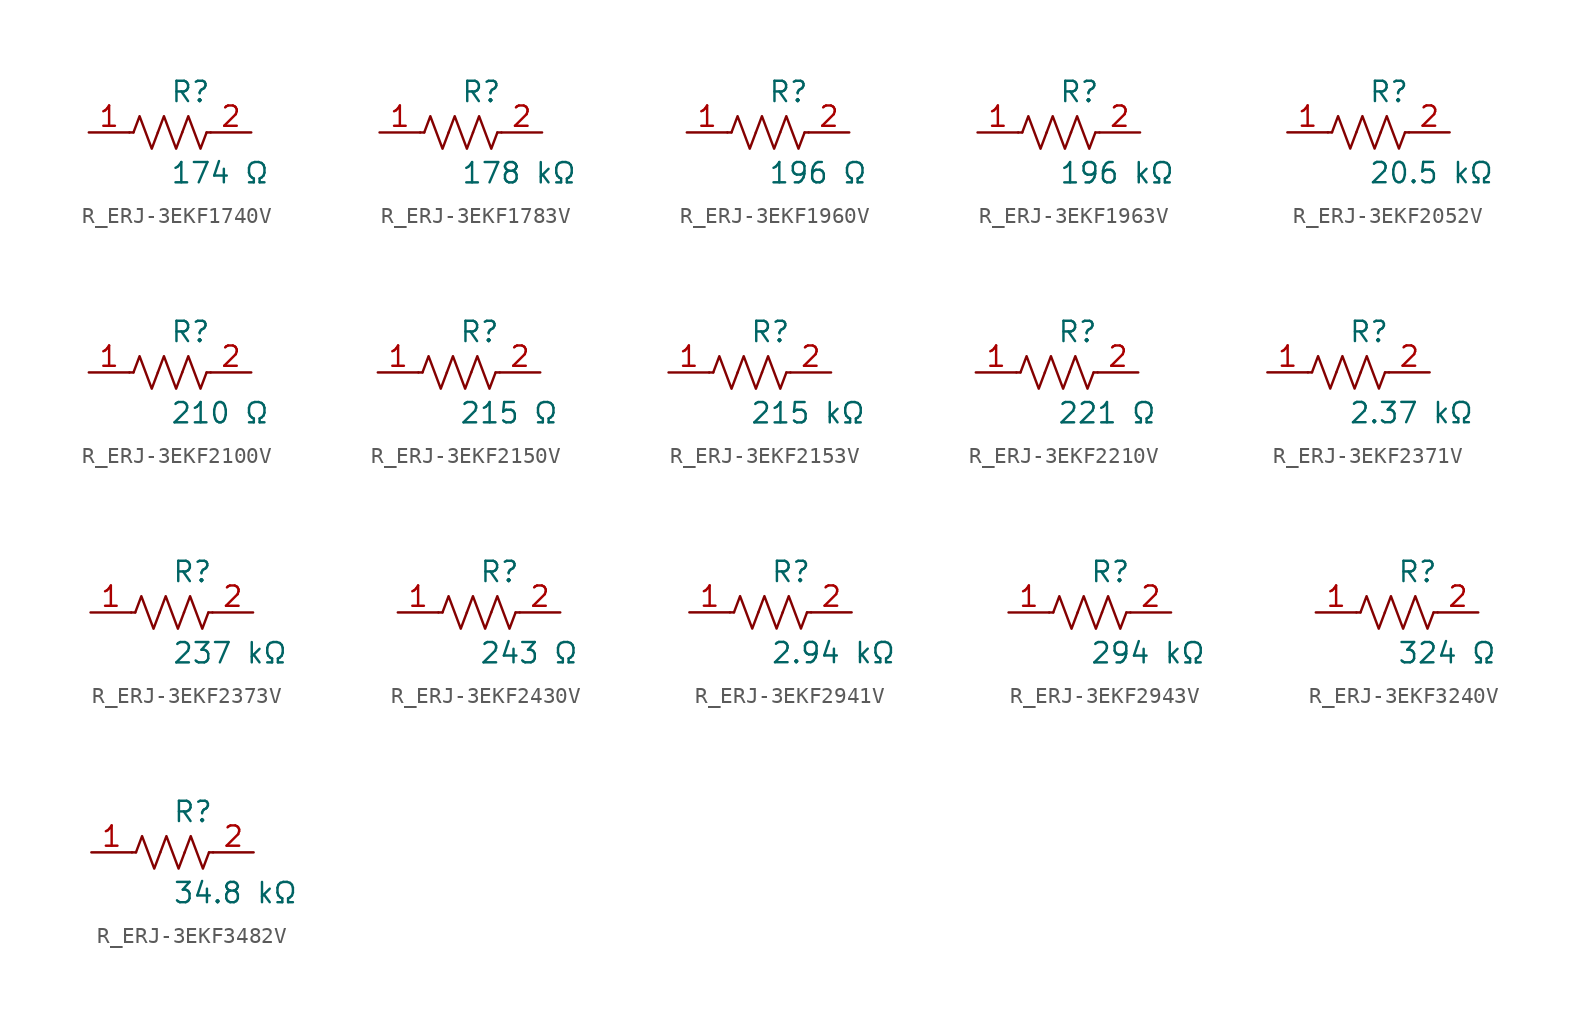
<source format=kicad_sym>
(kicad_symbol_lib
  (version 20231120)
  (generator kicad_symbol_editor)
  (generator_version 8.0)
  (symbol "R_ERJ-3EKF1740V"
    (pin_names
      (offset 0.254))
    (property "Reference" "R"
      (at 0.0 2.54 0)
      (effects (font (size 1.27 1.27)) (justify left)))
    (property "Value" "174 Ω"
      (at 0.0 -2.54 0)
      (effects (font (size 1.27 1.27)) (justify left)))
    (symbol "R_ERJ-3EKF1740V_0_1"
      (polyline (pts (xy 2.286 0) (xy 2.54 0)) (stroke (width 0) (type default)) (fill (type none)))
      (polyline (pts (xy -2.286 0) (xy -2.54 0)) (stroke (width 0) (type default)) (fill (type none)))
      (polyline (pts (xy 0.762 0) (xy 1.143 1.016) (xy 1.524 0) (xy 1.905 -1.016) (xy 2.286 0)) (stroke (width 0) (type default)) (fill (type none)))
      (polyline (pts (xy -0.762 0) (xy -0.381 1.016) (xy 0 0) (xy 0.381 -1.016) (xy 0.762 0)) (stroke (width 0) (type default)) (fill (type none)))
      (polyline (pts (xy -2.286 0) (xy -1.905 1.016) (xy -1.524 0) (xy -1.143 -1.016) (xy -0.762 0)) (stroke (width 0) (type default)) (fill (type none))))
    (pin unspecified line
      (at -5.08 0 0)
      (length 2.54)
      (name "" (effects (font (size 1.27 1.27))))
      (number "1" (effects (font (size 1.27 1.27)))))
    (pin unspecified line
      (at 5.08 0 180)
      (length 2.54)
      (name "" (effects (font (size 1.27 1.27))))
      (number "2" (effects (font (size 1.27 1.27))))))
  (symbol "R_ERJ-3EKF1783V"
    (pin_names
      (offset 0.254))
    (property "Reference" "R"
      (at 0.0 2.54 0)
      (effects (font (size 1.27 1.27)) (justify left)))
    (property "Value" "178 kΩ"
      (at 0.0 -2.54 0)
      (effects (font (size 1.27 1.27)) (justify left)))
    (symbol "R_ERJ-3EKF1783V_0_1"
      (polyline (pts (xy 2.286 0) (xy 2.54 0)) (stroke (width 0) (type default)) (fill (type none)))
      (polyline (pts (xy -2.286 0) (xy -2.54 0)) (stroke (width 0) (type default)) (fill (type none)))
      (polyline (pts (xy 0.762 0) (xy 1.143 1.016) (xy 1.524 0) (xy 1.905 -1.016) (xy 2.286 0)) (stroke (width 0) (type default)) (fill (type none)))
      (polyline (pts (xy -0.762 0) (xy -0.381 1.016) (xy 0 0) (xy 0.381 -1.016) (xy 0.762 0)) (stroke (width 0) (type default)) (fill (type none)))
      (polyline (pts (xy -2.286 0) (xy -1.905 1.016) (xy -1.524 0) (xy -1.143 -1.016) (xy -0.762 0)) (stroke (width 0) (type default)) (fill (type none))))
    (pin unspecified line
      (at -5.08 0 0)
      (length 2.54)
      (name "" (effects (font (size 1.27 1.27))))
      (number "1" (effects (font (size 1.27 1.27)))))
    (pin unspecified line
      (at 5.08 0 180)
      (length 2.54)
      (name "" (effects (font (size 1.27 1.27))))
      (number "2" (effects (font (size 1.27 1.27))))))
  (symbol "R_ERJ-3EKF1960V"
    (pin_names
      (offset 0.254))
    (property "Reference" "R"
      (at 0.0 2.54 0)
      (effects (font (size 1.27 1.27)) (justify left)))
    (property "Value" "196 Ω"
      (at 0.0 -2.54 0)
      (effects (font (size 1.27 1.27)) (justify left)))
    (symbol "R_ERJ-3EKF1960V_0_1"
      (polyline (pts (xy 2.286 0) (xy 2.54 0)) (stroke (width 0) (type default)) (fill (type none)))
      (polyline (pts (xy -2.286 0) (xy -2.54 0)) (stroke (width 0) (type default)) (fill (type none)))
      (polyline (pts (xy 0.762 0) (xy 1.143 1.016) (xy 1.524 0) (xy 1.905 -1.016) (xy 2.286 0)) (stroke (width 0) (type default)) (fill (type none)))
      (polyline (pts (xy -0.762 0) (xy -0.381 1.016) (xy 0 0) (xy 0.381 -1.016) (xy 0.762 0)) (stroke (width 0) (type default)) (fill (type none)))
      (polyline (pts (xy -2.286 0) (xy -1.905 1.016) (xy -1.524 0) (xy -1.143 -1.016) (xy -0.762 0)) (stroke (width 0) (type default)) (fill (type none))))
    (pin unspecified line
      (at -5.08 0 0)
      (length 2.54)
      (name "" (effects (font (size 1.27 1.27))))
      (number "1" (effects (font (size 1.27 1.27)))))
    (pin unspecified line
      (at 5.08 0 180)
      (length 2.54)
      (name "" (effects (font (size 1.27 1.27))))
      (number "2" (effects (font (size 1.27 1.27))))))
  (symbol "R_ERJ-3EKF1963V"
    (pin_names
      (offset 0.254))
    (property "Reference" "R"
      (at 0.0 2.54 0)
      (effects (font (size 1.27 1.27)) (justify left)))
    (property "Value" "196 kΩ"
      (at 0.0 -2.54 0)
      (effects (font (size 1.27 1.27)) (justify left)))
    (symbol "R_ERJ-3EKF1963V_0_1"
      (polyline (pts (xy 2.286 0) (xy 2.54 0)) (stroke (width 0) (type default)) (fill (type none)))
      (polyline (pts (xy -2.286 0) (xy -2.54 0)) (stroke (width 0) (type default)) (fill (type none)))
      (polyline (pts (xy 0.762 0) (xy 1.143 1.016) (xy 1.524 0) (xy 1.905 -1.016) (xy 2.286 0)) (stroke (width 0) (type default)) (fill (type none)))
      (polyline (pts (xy -0.762 0) (xy -0.381 1.016) (xy 0 0) (xy 0.381 -1.016) (xy 0.762 0)) (stroke (width 0) (type default)) (fill (type none)))
      (polyline (pts (xy -2.286 0) (xy -1.905 1.016) (xy -1.524 0) (xy -1.143 -1.016) (xy -0.762 0)) (stroke (width 0) (type default)) (fill (type none))))
    (pin unspecified line
      (at -5.08 0 0)
      (length 2.54)
      (name "" (effects (font (size 1.27 1.27))))
      (number "1" (effects (font (size 1.27 1.27)))))
    (pin unspecified line
      (at 5.08 0 180)
      (length 2.54)
      (name "" (effects (font (size 1.27 1.27))))
      (number "2" (effects (font (size 1.27 1.27))))))
  (symbol "R_ERJ-3EKF2052V"
    (pin_names
      (offset 0.254))
    (property "Reference" "R"
      (at 0.0 2.54 0)
      (effects (font (size 1.27 1.27)) (justify left)))
    (property "Value" "20.5 kΩ"
      (at 0.0 -2.54 0)
      (effects (font (size 1.27 1.27)) (justify left)))
    (symbol "R_ERJ-3EKF2052V_0_1"
      (polyline (pts (xy 2.286 0) (xy 2.54 0)) (stroke (width 0) (type default)) (fill (type none)))
      (polyline (pts (xy -2.286 0) (xy -2.54 0)) (stroke (width 0) (type default)) (fill (type none)))
      (polyline (pts (xy 0.762 0) (xy 1.143 1.016) (xy 1.524 0) (xy 1.905 -1.016) (xy 2.286 0)) (stroke (width 0) (type default)) (fill (type none)))
      (polyline (pts (xy -0.762 0) (xy -0.381 1.016) (xy 0 0) (xy 0.381 -1.016) (xy 0.762 0)) (stroke (width 0) (type default)) (fill (type none)))
      (polyline (pts (xy -2.286 0) (xy -1.905 1.016) (xy -1.524 0) (xy -1.143 -1.016) (xy -0.762 0)) (stroke (width 0) (type default)) (fill (type none))))
    (pin unspecified line
      (at -5.08 0 0)
      (length 2.54)
      (name "" (effects (font (size 1.27 1.27))))
      (number "1" (effects (font (size 1.27 1.27)))))
    (pin unspecified line
      (at 5.08 0 180)
      (length 2.54)
      (name "" (effects (font (size 1.27 1.27))))
      (number "2" (effects (font (size 1.27 1.27))))))
  (symbol "R_ERJ-3EKF2100V"
    (pin_names
      (offset 0.254))
    (property "Reference" "R"
      (at 0.0 2.54 0)
      (effects (font (size 1.27 1.27)) (justify left)))
    (property "Value" "210 Ω"
      (at 0.0 -2.54 0)
      (effects (font (size 1.27 1.27)) (justify left)))
    (symbol "R_ERJ-3EKF2100V_0_1"
      (polyline (pts (xy 2.286 0) (xy 2.54 0)) (stroke (width 0) (type default)) (fill (type none)))
      (polyline (pts (xy -2.286 0) (xy -2.54 0)) (stroke (width 0) (type default)) (fill (type none)))
      (polyline (pts (xy 0.762 0) (xy 1.143 1.016) (xy 1.524 0) (xy 1.905 -1.016) (xy 2.286 0)) (stroke (width 0) (type default)) (fill (type none)))
      (polyline (pts (xy -0.762 0) (xy -0.381 1.016) (xy 0 0) (xy 0.381 -1.016) (xy 0.762 0)) (stroke (width 0) (type default)) (fill (type none)))
      (polyline (pts (xy -2.286 0) (xy -1.905 1.016) (xy -1.524 0) (xy -1.143 -1.016) (xy -0.762 0)) (stroke (width 0) (type default)) (fill (type none))))
    (pin unspecified line
      (at -5.08 0 0)
      (length 2.54)
      (name "" (effects (font (size 1.27 1.27))))
      (number "1" (effects (font (size 1.27 1.27)))))
    (pin unspecified line
      (at 5.08 0 180)
      (length 2.54)
      (name "" (effects (font (size 1.27 1.27))))
      (number "2" (effects (font (size 1.27 1.27))))))
  (symbol "R_ERJ-3EKF2150V"
    (pin_names
      (offset 0.254))
    (property "Reference" "R"
      (at 0.0 2.54 0)
      (effects (font (size 1.27 1.27)) (justify left)))
    (property "Value" "215 Ω"
      (at 0.0 -2.54 0)
      (effects (font (size 1.27 1.27)) (justify left)))
    (symbol "R_ERJ-3EKF2150V_0_1"
      (polyline (pts (xy 2.286 0) (xy 2.54 0)) (stroke (width 0) (type default)) (fill (type none)))
      (polyline (pts (xy -2.286 0) (xy -2.54 0)) (stroke (width 0) (type default)) (fill (type none)))
      (polyline (pts (xy 0.762 0) (xy 1.143 1.016) (xy 1.524 0) (xy 1.905 -1.016) (xy 2.286 0)) (stroke (width 0) (type default)) (fill (type none)))
      (polyline (pts (xy -0.762 0) (xy -0.381 1.016) (xy 0 0) (xy 0.381 -1.016) (xy 0.762 0)) (stroke (width 0) (type default)) (fill (type none)))
      (polyline (pts (xy -2.286 0) (xy -1.905 1.016) (xy -1.524 0) (xy -1.143 -1.016) (xy -0.762 0)) (stroke (width 0) (type default)) (fill (type none))))
    (pin unspecified line
      (at -5.08 0 0)
      (length 2.54)
      (name "" (effects (font (size 1.27 1.27))))
      (number "1" (effects (font (size 1.27 1.27)))))
    (pin unspecified line
      (at 5.08 0 180)
      (length 2.54)
      (name "" (effects (font (size 1.27 1.27))))
      (number "2" (effects (font (size 1.27 1.27))))))
  (symbol "R_ERJ-3EKF2153V"
    (pin_names
      (offset 0.254))
    (property "Reference" "R"
      (at 0.0 2.54 0)
      (effects (font (size 1.27 1.27)) (justify left)))
    (property "Value" "215 kΩ"
      (at 0.0 -2.54 0)
      (effects (font (size 1.27 1.27)) (justify left)))
    (symbol "R_ERJ-3EKF2153V_0_1"
      (polyline (pts (xy 2.286 0) (xy 2.54 0)) (stroke (width 0) (type default)) (fill (type none)))
      (polyline (pts (xy -2.286 0) (xy -2.54 0)) (stroke (width 0) (type default)) (fill (type none)))
      (polyline (pts (xy 0.762 0) (xy 1.143 1.016) (xy 1.524 0) (xy 1.905 -1.016) (xy 2.286 0)) (stroke (width 0) (type default)) (fill (type none)))
      (polyline (pts (xy -0.762 0) (xy -0.381 1.016) (xy 0 0) (xy 0.381 -1.016) (xy 0.762 0)) (stroke (width 0) (type default)) (fill (type none)))
      (polyline (pts (xy -2.286 0) (xy -1.905 1.016) (xy -1.524 0) (xy -1.143 -1.016) (xy -0.762 0)) (stroke (width 0) (type default)) (fill (type none))))
    (pin unspecified line
      (at -5.08 0 0)
      (length 2.54)
      (name "" (effects (font (size 1.27 1.27))))
      (number "1" (effects (font (size 1.27 1.27)))))
    (pin unspecified line
      (at 5.08 0 180)
      (length 2.54)
      (name "" (effects (font (size 1.27 1.27))))
      (number "2" (effects (font (size 1.27 1.27))))))
  (symbol "R_ERJ-3EKF2210V"
    (pin_names
      (offset 0.254))
    (property "Reference" "R"
      (at 0.0 2.54 0)
      (effects (font (size 1.27 1.27)) (justify left)))
    (property "Value" "221 Ω"
      (at 0.0 -2.54 0)
      (effects (font (size 1.27 1.27)) (justify left)))
    (symbol "R_ERJ-3EKF2210V_0_1"
      (polyline (pts (xy 2.286 0) (xy 2.54 0)) (stroke (width 0) (type default)) (fill (type none)))
      (polyline (pts (xy -2.286 0) (xy -2.54 0)) (stroke (width 0) (type default)) (fill (type none)))
      (polyline (pts (xy 0.762 0) (xy 1.143 1.016) (xy 1.524 0) (xy 1.905 -1.016) (xy 2.286 0)) (stroke (width 0) (type default)) (fill (type none)))
      (polyline (pts (xy -0.762 0) (xy -0.381 1.016) (xy 0 0) (xy 0.381 -1.016) (xy 0.762 0)) (stroke (width 0) (type default)) (fill (type none)))
      (polyline (pts (xy -2.286 0) (xy -1.905 1.016) (xy -1.524 0) (xy -1.143 -1.016) (xy -0.762 0)) (stroke (width 0) (type default)) (fill (type none))))
    (pin unspecified line
      (at -5.08 0 0)
      (length 2.54)
      (name "" (effects (font (size 1.27 1.27))))
      (number "1" (effects (font (size 1.27 1.27)))))
    (pin unspecified line
      (at 5.08 0 180)
      (length 2.54)
      (name "" (effects (font (size 1.27 1.27))))
      (number "2" (effects (font (size 1.27 1.27))))))
  (symbol "R_ERJ-3EKF2371V"
    (pin_names
      (offset 0.254))
    (property "Reference" "R"
      (at 0.0 2.54 0)
      (effects (font (size 1.27 1.27)) (justify left)))
    (property "Value" "2.37 kΩ"
      (at 0.0 -2.54 0)
      (effects (font (size 1.27 1.27)) (justify left)))
    (symbol "R_ERJ-3EKF2371V_0_1"
      (polyline (pts (xy 2.286 0) (xy 2.54 0)) (stroke (width 0) (type default)) (fill (type none)))
      (polyline (pts (xy -2.286 0) (xy -2.54 0)) (stroke (width 0) (type default)) (fill (type none)))
      (polyline (pts (xy 0.762 0) (xy 1.143 1.016) (xy 1.524 0) (xy 1.905 -1.016) (xy 2.286 0)) (stroke (width 0) (type default)) (fill (type none)))
      (polyline (pts (xy -0.762 0) (xy -0.381 1.016) (xy 0 0) (xy 0.381 -1.016) (xy 0.762 0)) (stroke (width 0) (type default)) (fill (type none)))
      (polyline (pts (xy -2.286 0) (xy -1.905 1.016) (xy -1.524 0) (xy -1.143 -1.016) (xy -0.762 0)) (stroke (width 0) (type default)) (fill (type none))))
    (pin unspecified line
      (at -5.08 0 0)
      (length 2.54)
      (name "" (effects (font (size 1.27 1.27))))
      (number "1" (effects (font (size 1.27 1.27)))))
    (pin unspecified line
      (at 5.08 0 180)
      (length 2.54)
      (name "" (effects (font (size 1.27 1.27))))
      (number "2" (effects (font (size 1.27 1.27))))))
  (symbol "R_ERJ-3EKF2373V"
    (pin_names
      (offset 0.254))
    (property "Reference" "R"
      (at 0.0 2.54 0)
      (effects (font (size 1.27 1.27)) (justify left)))
    (property "Value" "237 kΩ"
      (at 0.0 -2.54 0)
      (effects (font (size 1.27 1.27)) (justify left)))
    (symbol "R_ERJ-3EKF2373V_0_1"
      (polyline (pts (xy 2.286 0) (xy 2.54 0)) (stroke (width 0) (type default)) (fill (type none)))
      (polyline (pts (xy -2.286 0) (xy -2.54 0)) (stroke (width 0) (type default)) (fill (type none)))
      (polyline (pts (xy 0.762 0) (xy 1.143 1.016) (xy 1.524 0) (xy 1.905 -1.016) (xy 2.286 0)) (stroke (width 0) (type default)) (fill (type none)))
      (polyline (pts (xy -0.762 0) (xy -0.381 1.016) (xy 0 0) (xy 0.381 -1.016) (xy 0.762 0)) (stroke (width 0) (type default)) (fill (type none)))
      (polyline (pts (xy -2.286 0) (xy -1.905 1.016) (xy -1.524 0) (xy -1.143 -1.016) (xy -0.762 0)) (stroke (width 0) (type default)) (fill (type none))))
    (pin unspecified line
      (at -5.08 0 0)
      (length 2.54)
      (name "" (effects (font (size 1.27 1.27))))
      (number "1" (effects (font (size 1.27 1.27)))))
    (pin unspecified line
      (at 5.08 0 180)
      (length 2.54)
      (name "" (effects (font (size 1.27 1.27))))
      (number "2" (effects (font (size 1.27 1.27))))))
  (symbol "R_ERJ-3EKF2430V"
    (pin_names
      (offset 0.254))
    (property "Reference" "R"
      (at 0.0 2.54 0)
      (effects (font (size 1.27 1.27)) (justify left)))
    (property "Value" "243 Ω"
      (at 0.0 -2.54 0)
      (effects (font (size 1.27 1.27)) (justify left)))
    (symbol "R_ERJ-3EKF2430V_0_1"
      (polyline (pts (xy 2.286 0) (xy 2.54 0)) (stroke (width 0) (type default)) (fill (type none)))
      (polyline (pts (xy -2.286 0) (xy -2.54 0)) (stroke (width 0) (type default)) (fill (type none)))
      (polyline (pts (xy 0.762 0) (xy 1.143 1.016) (xy 1.524 0) (xy 1.905 -1.016) (xy 2.286 0)) (stroke (width 0) (type default)) (fill (type none)))
      (polyline (pts (xy -0.762 0) (xy -0.381 1.016) (xy 0 0) (xy 0.381 -1.016) (xy 0.762 0)) (stroke (width 0) (type default)) (fill (type none)))
      (polyline (pts (xy -2.286 0) (xy -1.905 1.016) (xy -1.524 0) (xy -1.143 -1.016) (xy -0.762 0)) (stroke (width 0) (type default)) (fill (type none))))
    (pin unspecified line
      (at -5.08 0 0)
      (length 2.54)
      (name "" (effects (font (size 1.27 1.27))))
      (number "1" (effects (font (size 1.27 1.27)))))
    (pin unspecified line
      (at 5.08 0 180)
      (length 2.54)
      (name "" (effects (font (size 1.27 1.27))))
      (number "2" (effects (font (size 1.27 1.27))))))
  (symbol "R_ERJ-3EKF2941V"
    (pin_names
      (offset 0.254))
    (property "Reference" "R"
      (at 0.0 2.54 0)
      (effects (font (size 1.27 1.27)) (justify left)))
    (property "Value" "2.94 kΩ"
      (at 0.0 -2.54 0)
      (effects (font (size 1.27 1.27)) (justify left)))
    (symbol "R_ERJ-3EKF2941V_0_1"
      (polyline (pts (xy 2.286 0) (xy 2.54 0)) (stroke (width 0) (type default)) (fill (type none)))
      (polyline (pts (xy -2.286 0) (xy -2.54 0)) (stroke (width 0) (type default)) (fill (type none)))
      (polyline (pts (xy 0.762 0) (xy 1.143 1.016) (xy 1.524 0) (xy 1.905 -1.016) (xy 2.286 0)) (stroke (width 0) (type default)) (fill (type none)))
      (polyline (pts (xy -0.762 0) (xy -0.381 1.016) (xy 0 0) (xy 0.381 -1.016) (xy 0.762 0)) (stroke (width 0) (type default)) (fill (type none)))
      (polyline (pts (xy -2.286 0) (xy -1.905 1.016) (xy -1.524 0) (xy -1.143 -1.016) (xy -0.762 0)) (stroke (width 0) (type default)) (fill (type none))))
    (pin unspecified line
      (at -5.08 0 0)
      (length 2.54)
      (name "" (effects (font (size 1.27 1.27))))
      (number "1" (effects (font (size 1.27 1.27)))))
    (pin unspecified line
      (at 5.08 0 180)
      (length 2.54)
      (name "" (effects (font (size 1.27 1.27))))
      (number "2" (effects (font (size 1.27 1.27))))))
  (symbol "R_ERJ-3EKF2943V"
    (pin_names
      (offset 0.254))
    (property "Reference" "R"
      (at 0.0 2.54 0)
      (effects (font (size 1.27 1.27)) (justify left)))
    (property "Value" "294 kΩ"
      (at 0.0 -2.54 0)
      (effects (font (size 1.27 1.27)) (justify left)))
    (symbol "R_ERJ-3EKF2943V_0_1"
      (polyline (pts (xy 2.286 0) (xy 2.54 0)) (stroke (width 0) (type default)) (fill (type none)))
      (polyline (pts (xy -2.286 0) (xy -2.54 0)) (stroke (width 0) (type default)) (fill (type none)))
      (polyline (pts (xy 0.762 0) (xy 1.143 1.016) (xy 1.524 0) (xy 1.905 -1.016) (xy 2.286 0)) (stroke (width 0) (type default)) (fill (type none)))
      (polyline (pts (xy -0.762 0) (xy -0.381 1.016) (xy 0 0) (xy 0.381 -1.016) (xy 0.762 0)) (stroke (width 0) (type default)) (fill (type none)))
      (polyline (pts (xy -2.286 0) (xy -1.905 1.016) (xy -1.524 0) (xy -1.143 -1.016) (xy -0.762 0)) (stroke (width 0) (type default)) (fill (type none))))
    (pin unspecified line
      (at -5.08 0 0)
      (length 2.54)
      (name "" (effects (font (size 1.27 1.27))))
      (number "1" (effects (font (size 1.27 1.27)))))
    (pin unspecified line
      (at 5.08 0 180)
      (length 2.54)
      (name "" (effects (font (size 1.27 1.27))))
      (number "2" (effects (font (size 1.27 1.27))))))
  (symbol "R_ERJ-3EKF3240V"
    (pin_names
      (offset 0.254))
    (property "Reference" "R"
      (at 0.0 2.54 0)
      (effects (font (size 1.27 1.27)) (justify left)))
    (property "Value" "324 Ω"
      (at 0.0 -2.54 0)
      (effects (font (size 1.27 1.27)) (justify left)))
    (symbol "R_ERJ-3EKF3240V_0_1"
      (polyline (pts (xy 2.286 0) (xy 2.54 0)) (stroke (width 0) (type default)) (fill (type none)))
      (polyline (pts (xy -2.286 0) (xy -2.54 0)) (stroke (width 0) (type default)) (fill (type none)))
      (polyline (pts (xy 0.762 0) (xy 1.143 1.016) (xy 1.524 0) (xy 1.905 -1.016) (xy 2.286 0)) (stroke (width 0) (type default)) (fill (type none)))
      (polyline (pts (xy -0.762 0) (xy -0.381 1.016) (xy 0 0) (xy 0.381 -1.016) (xy 0.762 0)) (stroke (width 0) (type default)) (fill (type none)))
      (polyline (pts (xy -2.286 0) (xy -1.905 1.016) (xy -1.524 0) (xy -1.143 -1.016) (xy -0.762 0)) (stroke (width 0) (type default)) (fill (type none))))
    (pin unspecified line
      (at -5.08 0 0)
      (length 2.54)
      (name "" (effects (font (size 1.27 1.27))))
      (number "1" (effects (font (size 1.27 1.27)))))
    (pin unspecified line
      (at 5.08 0 180)
      (length 2.54)
      (name "" (effects (font (size 1.27 1.27))))
      (number "2" (effects (font (size 1.27 1.27))))))
  (symbol "R_ERJ-3EKF3482V"
    (pin_names
      (offset 0.254))
    (property "Reference" "R"
      (at 0.0 2.54 0)
      (effects (font (size 1.27 1.27)) (justify left)))
    (property "Value" "34.8 kΩ"
      (at 0.0 -2.54 0)
      (effects (font (size 1.27 1.27)) (justify left)))
    (symbol "R_ERJ-3EKF3482V_0_1"
      (polyline (pts (xy 2.286 0) (xy 2.54 0)) (stroke (width 0) (type default)) (fill (type none)))
      (polyline (pts (xy -2.286 0) (xy -2.54 0)) (stroke (width 0) (type default)) (fill (type none)))
      (polyline (pts (xy 0.762 0) (xy 1.143 1.016) (xy 1.524 0) (xy 1.905 -1.016) (xy 2.286 0)) (stroke (width 0) (type default)) (fill (type none)))
      (polyline (pts (xy -0.762 0) (xy -0.381 1.016) (xy 0 0) (xy 0.381 -1.016) (xy 0.762 0)) (stroke (width 0) (type default)) (fill (type none)))
      (polyline (pts (xy -2.286 0) (xy -1.905 1.016) (xy -1.524 0) (xy -1.143 -1.016) (xy -0.762 0)) (stroke (width 0) (type default)) (fill (type none))))
    (pin unspecified line
      (at -5.08 0 0)
      (length 2.54)
      (name "" (effects (font (size 1.27 1.27))))
      (number "1" (effects (font (size 1.27 1.27)))))
    (pin unspecified line
      (at 5.08 0 180)
      (length 2.54)
      (name "" (effects (font (size 1.27 1.27))))
      (number "2" (effects (font (size 1.27 1.27)))))))
</source>
